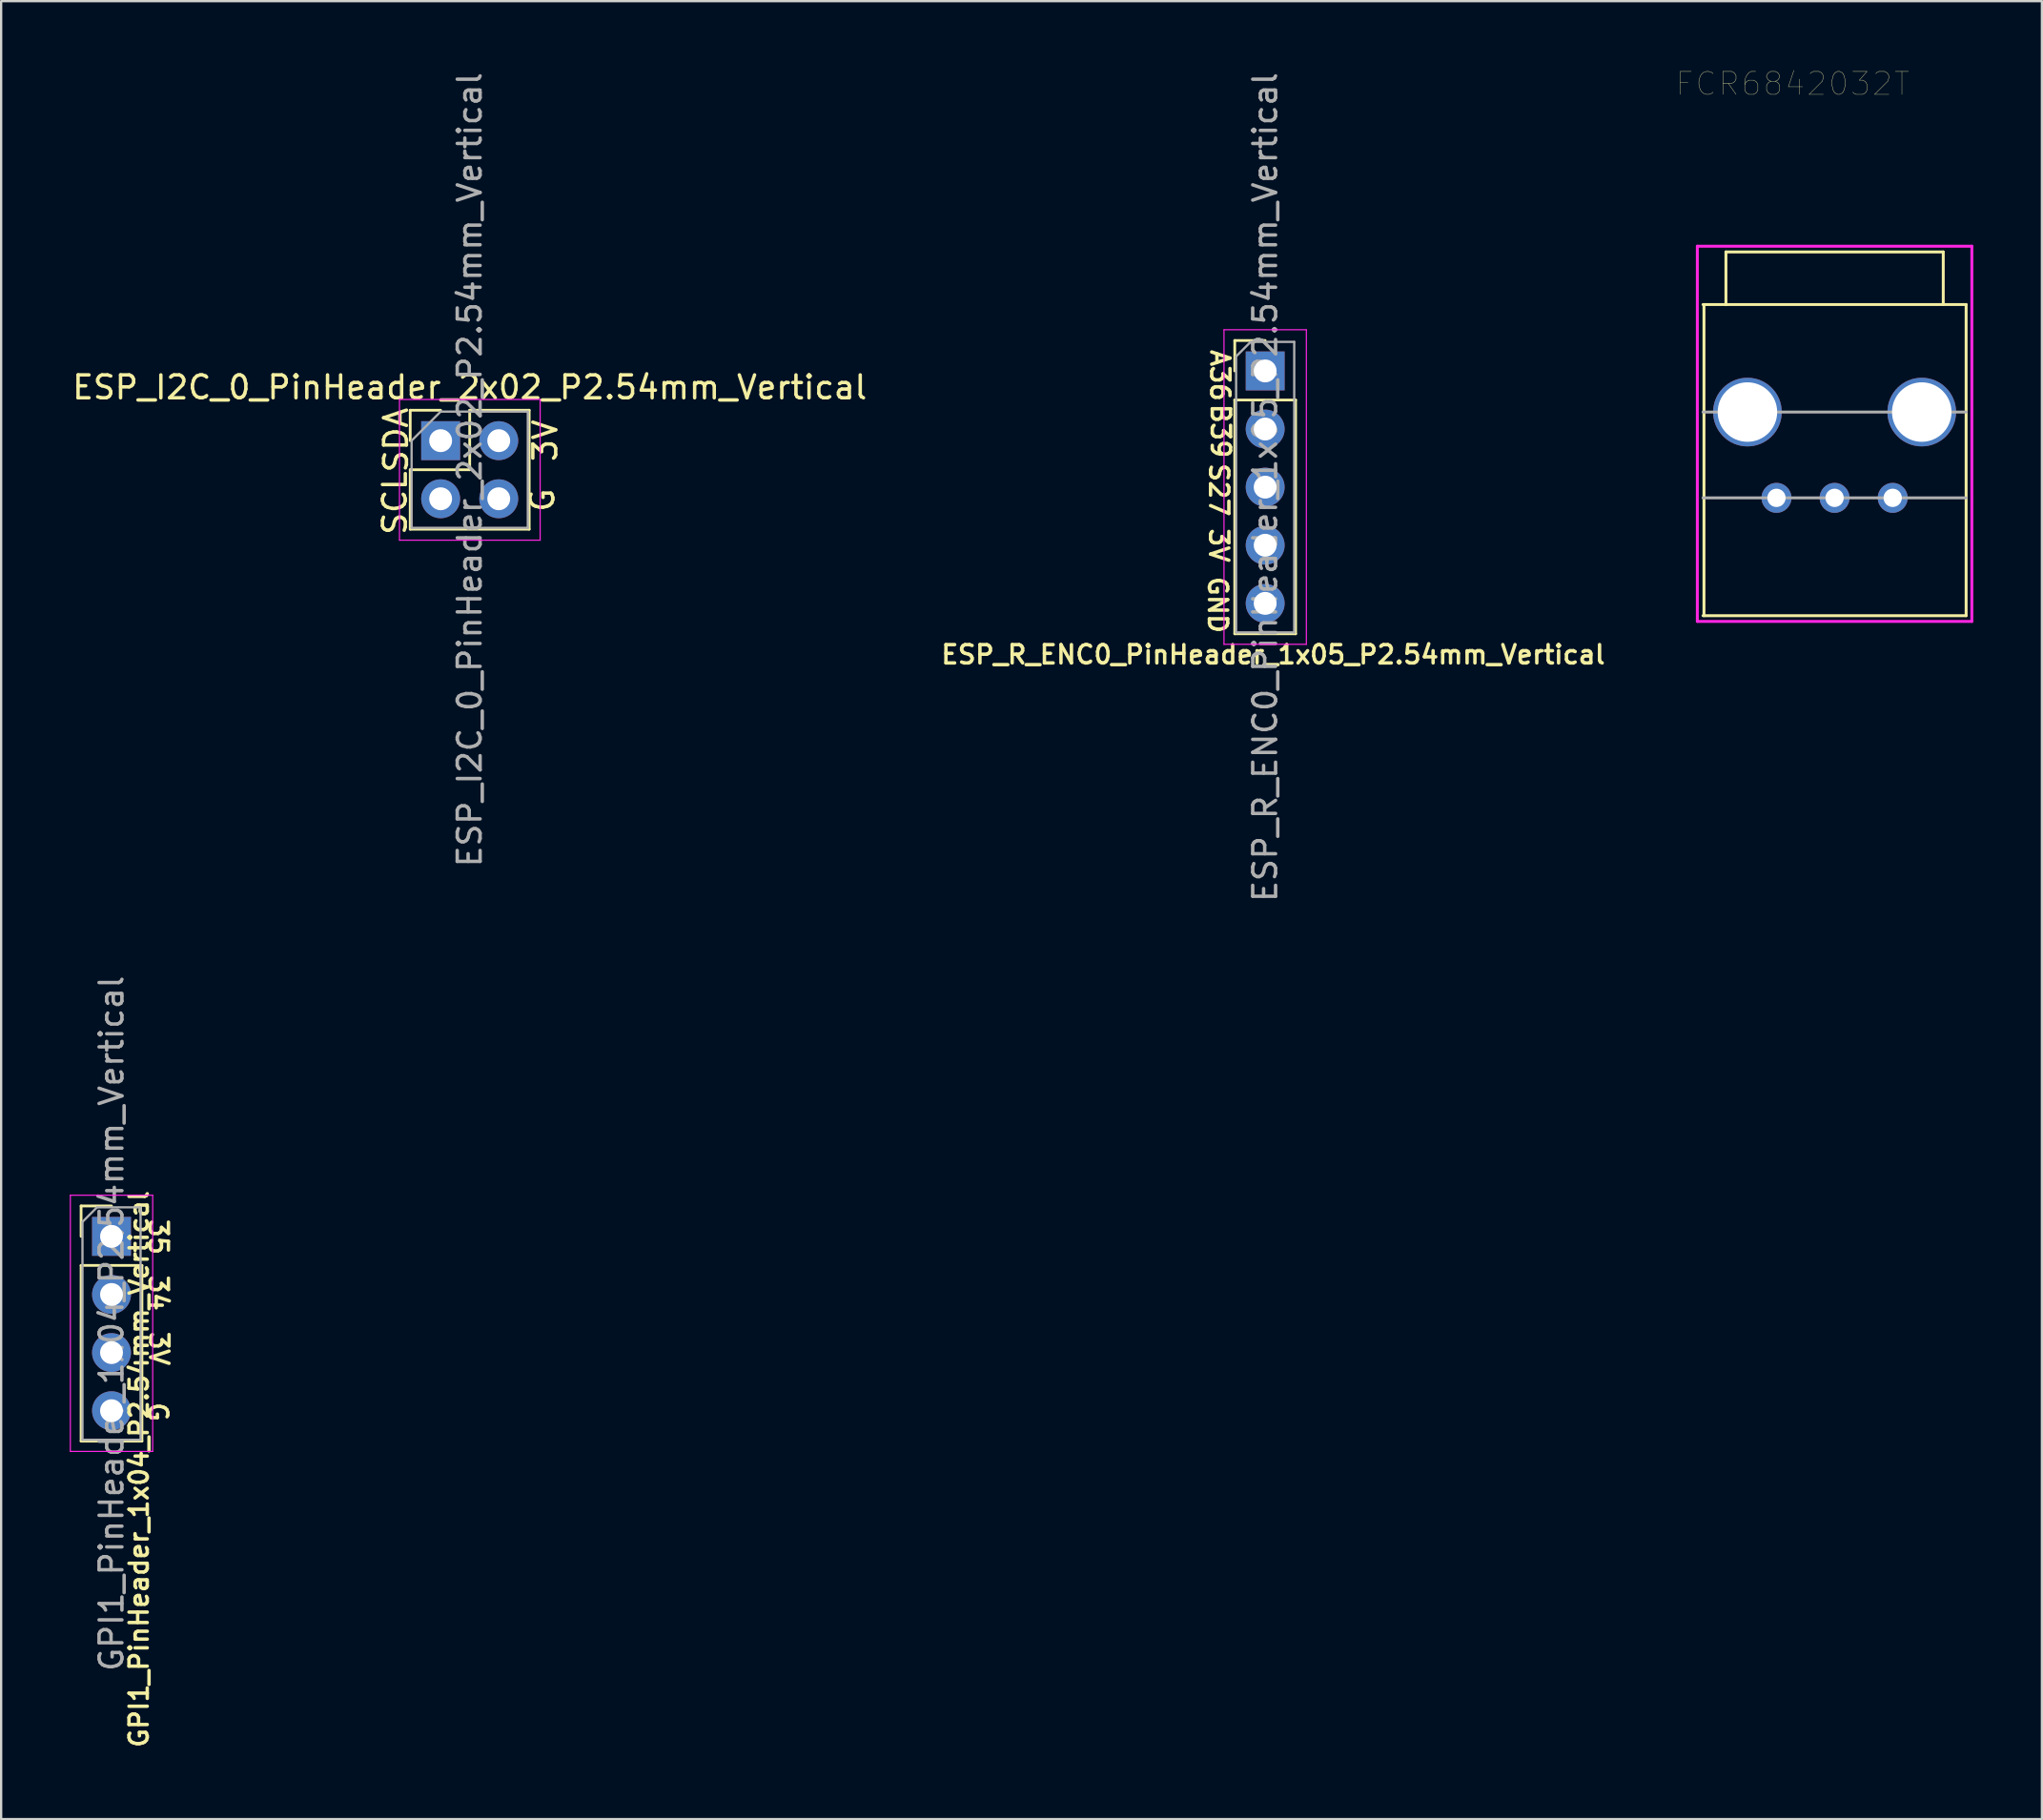
<source format=kicad_pcb>
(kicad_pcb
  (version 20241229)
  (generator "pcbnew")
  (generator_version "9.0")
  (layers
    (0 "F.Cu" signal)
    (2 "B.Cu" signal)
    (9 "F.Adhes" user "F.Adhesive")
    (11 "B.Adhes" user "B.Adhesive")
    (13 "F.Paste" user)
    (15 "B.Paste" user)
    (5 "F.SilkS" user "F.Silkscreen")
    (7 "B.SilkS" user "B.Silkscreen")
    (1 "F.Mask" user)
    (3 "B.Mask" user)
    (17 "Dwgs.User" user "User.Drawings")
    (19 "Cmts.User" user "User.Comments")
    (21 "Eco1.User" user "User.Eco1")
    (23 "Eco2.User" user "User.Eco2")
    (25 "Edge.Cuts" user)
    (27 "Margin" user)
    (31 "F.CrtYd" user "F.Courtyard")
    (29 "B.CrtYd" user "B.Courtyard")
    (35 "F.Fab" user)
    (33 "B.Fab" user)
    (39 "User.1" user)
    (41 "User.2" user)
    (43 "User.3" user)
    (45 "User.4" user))
  (footprint "GPI1_PinHeader_1x04_P2.54mm_Vertical"
    (layer "F.Cu")
    (at 1.825 50.994)
    (property "Reference" "GPI1_PinHeader_1x04_P2.54mm_Vertical" (at 1.2 10.175 90) (layer "F.SilkS") (effects (font (size 0.8 0.8) (thickness 0.15))))
    (attr through_hole)
    (fp_line (start -1.33 -1.33) (end 0 -1.33) (stroke (width 0.12) (type solid)) (layer "F.SilkS"))
    (fp_line (start -1.33 0) (end -1.33 -1.33) (stroke (width 0.12) (type solid)) (layer "F.SilkS"))
    (fp_line (start -1.33 1.27) (end -1.33 8.95) (stroke (width 0.12) (type solid)) (layer "F.SilkS"))
    (fp_line (start -1.33 1.27) (end 1.33 1.27) (stroke (width 0.12) (type solid)) (layer "F.SilkS"))
    (fp_line (start -1.33 8.95) (end 1.33 8.95) (stroke (width 0.12) (type solid)) (layer "F.SilkS"))
    (fp_line (start 1.33 1.27) (end 1.33 8.95) (stroke (width 0.12) (type solid)) (layer "F.SilkS"))
    (fp_line (start -1.8 -1.8) (end -1.8 9.4) (stroke (width 0.05) (type solid)) (layer "F.CrtYd"))
    (fp_line (start -1.8 9.4) (end 1.8 9.4) (stroke (width 0.05) (type solid)) (layer "F.CrtYd"))
    (fp_line (start 1.8 -1.8) (end -1.8 -1.8) (stroke (width 0.05) (type solid)) (layer "F.CrtYd"))
    (fp_line (start 1.8 9.4) (end 1.8 -1.8) (stroke (width 0.05) (type solid)) (layer "F.CrtYd"))
    (fp_line (start -1.27 -0.635) (end -0.635 -1.27) (stroke (width 0.1) (type solid)) (layer "F.Fab"))
    (fp_line (start -1.27 8.89) (end -1.27 -0.635) (stroke (width 0.1) (type solid)) (layer "F.Fab"))
    (fp_line (start -0.635 -1.27) (end 1.27 -1.27) (stroke (width 0.1) (type solid)) (layer "F.Fab"))
    (fp_line (start 1.27 -1.27) (end 1.27 8.89) (stroke (width 0.1) (type solid)) (layer "F.Fab"))
    (fp_line (start 1.27 8.89) (end -1.27 8.89) (stroke (width 0.1) (type solid)) (layer "F.Fab"))
    (fp_text user "35" (at 2.05 0.025 270) (unlocked yes) (layer "F.SilkS") (effects (font (size 0.8 0.8) (thickness 0.15))))
    (fp_text user "G" (at 2.025 7.675 270) (unlocked yes) (layer "F.SilkS") (effects (font (size 0.8 0.8) (thickness 0.15))))
    (fp_text user "34" (at 2.05 2.475 270) (unlocked yes) (layer "F.SilkS") (effects (font (size 0.8 0.8) (thickness 0.15))))
    (fp_text user "3V" (at 2.075 4.9 270) (unlocked yes) (layer "F.SilkS") (effects (font (size 0.8 0.8) (thickness 0.15))))
    (fp_text user "${REFERENCE}" (at 0 3.81 90) (layer "F.Fab") (effects (font (size 1 1) (thickness 0.15))))
    (pad "1" thru_hole rect (at 0 0) (size 1.7 1.7) (drill 1) (layers "*.Cu" "*.Mask"))
    (pad "2" thru_hole oval (at 0 2.54) (size 1.7 1.7) (drill 1) (layers "*.Cu" "*.Mask"))
    (pad "3" thru_hole oval (at 0 5.08) (size 1.7 1.7) (drill 1) (layers "*.Cu" "*.Mask"))
    (pad "4" thru_hole oval (at 0 7.62) (size 1.7 1.7) (drill 1) (layers "*.Cu" "*.Mask")))
  (footprint "FCR6842032T"
    (layer "F.Cu")
    (at 77.146 10.262)
    (property "Reference" "FCR6842032T" (at -1.828 -9.65 0) (layer "F.SilkS") (effects (font (size 1.002 1.002) (thickness 0.015))))
    (attr through_hole)
    (fp_line (start -5.71 0) (end -5.71 13.6) (stroke (width 0.127) (type solid)) (layer "F.SilkS"))
    (fp_line (start -4.75 0.005) (end -4.75 -2.3) (stroke (width 0.127) (type solid)) (layer "F.SilkS"))
    (fp_line (start 4.75 -2.3) (end -4.75 -2.3) (stroke (width 0.127) (type solid)) (layer "F.SilkS"))
    (fp_line (start 4.75 0) (end 4.75 -2.3) (stroke (width 0.127) (type solid)) (layer "F.SilkS"))
    (fp_line (start 5.75 0) (end -5.75 0) (stroke (width 0.127) (type solid)) (layer "F.SilkS"))
    (fp_line (start 5.75 0) (end 5.75 13.6) (stroke (width 0.127) (type solid)) (layer "F.SilkS"))
    (fp_line (start 5.75 13.6) (end -5.75 13.6) (stroke (width 0.127) (type solid)) (layer "F.SilkS"))
    (fp_line (start -6 -2.55) (end 6 -2.55) (stroke (width 0.127) (type solid)) (layer "F.CrtYd"))
    (fp_line (start -6 13.85) (end -6 -2.55) (stroke (width 0.127) (type solid)) (layer "F.CrtYd"))
    (fp_line (start 6 -2.55) (end 6 13.85) (stroke (width 0.127) (type solid)) (layer "F.CrtYd"))
    (fp_line (start 6 13.85) (end -6 13.85) (stroke (width 0.127) (type solid)) (layer "F.CrtYd"))
    (fp_line (start 5.75 4.7) (end -5.75 4.7) (stroke (width 0.127) (type solid)) (layer "F.Fab"))
    (fp_line (start 5.75 8.45) (end -5.75 8.45) (stroke (width 0.127) (type solid)) (layer "F.Fab"))
    (pad "1" thru_hole circle (at 2.54 8.45) (size 1.308 1.308) (drill 0.8) (layers "*.Cu" "*.Mask"))
    (pad "2" thru_hole circle (at 0 8.45) (size 1.308 1.308) (drill 0.8) (layers "*.Cu" "*.Mask"))
    (pad "3" thru_hole circle (at -2.54 8.45) (size 1.308 1.308) (drill 0.8) (layers "*.Cu" "*.Mask"))
    (pad "NC1" thru_hole circle (at 3.81 4.7) (size 3 3) (drill 2.6) (layers "*.Cu" "*.Mask"))
    (pad "NC2" thru_hole circle (at -3.81 4.7) (size 3 3) (drill 2.6) (layers "*.Cu" "*.Mask")))
  (footprint "ESP_I2C_0_PinHeader_2x02_P2.54mm_Vertical"
    (layer "F.Cu")
    (at 16.212 16.212)
    (property "Reference" "ESP_I2C_0_PinHeader_2x02_P2.54mm_Vertical" (at 1.27 -2.33 0) (layer "F.SilkS") (effects (font (size 1 1) (thickness 0.15))))
    (attr through_hole)
    (fp_line (start -1.33 -1.33) (end 0 -1.33) (stroke (width 0.12) (type solid)) (layer "F.SilkS"))
    (fp_line (start -1.33 0) (end -1.33 -1.33) (stroke (width 0.12) (type solid)) (layer "F.SilkS"))
    (fp_line (start -1.33 1.27) (end -1.33 3.87) (stroke (width 0.12) (type solid)) (layer "F.SilkS"))
    (fp_line (start -1.33 1.27) (end 1.27 1.27) (stroke (width 0.12) (type solid)) (layer "F.SilkS"))
    (fp_line (start -1.33 3.87) (end 3.87 3.87) (stroke (width 0.12) (type solid)) (layer "F.SilkS"))
    (fp_line (start 1.27 -1.33) (end 3.87 -1.33) (stroke (width 0.12) (type solid)) (layer "F.SilkS"))
    (fp_line (start 1.27 1.27) (end 1.27 -1.33) (stroke (width 0.12) (type solid)) (layer "F.SilkS"))
    (fp_line (start 3.87 -1.33) (end 3.87 3.87) (stroke (width 0.12) (type solid)) (layer "F.SilkS"))
    (fp_line (start -1.8 -1.8) (end -1.8 4.35) (stroke (width 0.05) (type solid)) (layer "F.CrtYd"))
    (fp_line (start -1.8 4.35) (end 4.35 4.35) (stroke (width 0.05) (type solid)) (layer "F.CrtYd"))
    (fp_line (start 4.35 -1.8) (end -1.8 -1.8) (stroke (width 0.05) (type solid)) (layer "F.CrtYd"))
    (fp_line (start 4.35 4.35) (end 4.35 -1.8) (stroke (width 0.05) (type solid)) (layer "F.CrtYd"))
    (fp_line (start -1.27 0) (end 0 -1.27) (stroke (width 0.1) (type solid)) (layer "F.Fab"))
    (fp_line (start -1.27 3.81) (end -1.27 0) (stroke (width 0.1) (type solid)) (layer "F.Fab"))
    (fp_line (start 0 -1.27) (end 3.81 -1.27) (stroke (width 0.1) (type solid)) (layer "F.Fab"))
    (fp_line (start 3.81 -1.27) (end 3.81 3.81) (stroke (width 0.1) (type solid)) (layer "F.Fab"))
    (fp_line (start 3.81 3.81) (end -1.27 3.81) (stroke (width 0.1) (type solid)) (layer "F.Fab"))
    (fp_text user "G" (at 4.45 2.6 90) (unlocked yes) (layer "F.SilkS") (effects (font (size 1 1) (thickness 0.15))))
    (fp_text user "SCL" (at -2 2.725 90) (unlocked yes) (layer "F.SilkS") (effects (font (size 1 1) (thickness 0.15))))
    (fp_text user "SDA" (at -1.95 -0.025 90) (unlocked yes) (layer "F.SilkS") (effects (font (size 1 1) (thickness 0.15))))
    (fp_text user "3V" (at 4.575 0 90) (unlocked yes) (layer "F.SilkS") (effects (font (size 1 1) (thickness 0.15))))
    (fp_text user "${REFERENCE}" (at 1.27 1.27 90) (layer "F.Fab") (effects (font (size 1 1) (thickness 0.15))))
    (pad "1" thru_hole rect (at 0 0) (size 1.7 1.7) (drill 1) (layers "*.Cu" "*.Mask"))
    (pad "2" thru_hole oval (at 2.54 0) (size 1.7 1.7) (drill 1) (layers "*.Cu" "*.Mask"))
    (pad "3" thru_hole oval (at 0 2.54) (size 1.7 1.7) (drill 1) (layers "*.Cu" "*.Mask"))
    (pad "4" thru_hole oval (at 2.54 2.54) (size 1.7 1.7) (drill 1) (layers "*.Cu" "*.Mask")))
  (footprint "ESP_R_ENC0_PinHeader_1x05_P2.54mm_Vertical"
    (layer "F.Cu")
    (at 52.255 13.164)
    (property "Reference" "ESP_R_ENC0_PinHeader_1x05_P2.54mm_Vertical" (at 0.35 12.4 0) (layer "F.SilkS") (effects (font (size 0.8 0.8) (thickness 0.15))))
    (attr through_hole exclude_from_bom)
    (fp_line (start -1.33 -1.33) (end 0 -1.33) (stroke (width 0.12) (type solid)) (layer "F.SilkS"))
    (fp_line (start -1.33 0) (end -1.33 -1.33) (stroke (width 0.12) (type solid)) (layer "F.SilkS"))
    (fp_line (start -1.33 1.27) (end -1.33 11.49) (stroke (width 0.12) (type solid)) (layer "F.SilkS"))
    (fp_line (start -1.33 1.27) (end 1.33 1.27) (stroke (width 0.12) (type solid)) (layer "F.SilkS"))
    (fp_line (start -1.33 11.49) (end 1.33 11.49) (stroke (width 0.12) (type solid)) (layer "F.SilkS"))
    (fp_line (start 1.33 1.27) (end 1.33 11.49) (stroke (width 0.12) (type solid)) (layer "F.SilkS"))
    (fp_line (start -1.8 -1.8) (end -1.8 11.95) (stroke (width 0.05) (type solid)) (layer "F.CrtYd"))
    (fp_line (start -1.8 11.95) (end 1.8 11.95) (stroke (width 0.05) (type solid)) (layer "F.CrtYd"))
    (fp_line (start 1.8 -1.8) (end -1.8 -1.8) (stroke (width 0.05) (type solid)) (layer "F.CrtYd"))
    (fp_line (start 1.8 11.95) (end 1.8 -1.8) (stroke (width 0.05) (type solid)) (layer "F.CrtYd"))
    (fp_line (start -1.27 -0.635) (end -0.635 -1.27) (stroke (width 0.1) (type solid)) (layer "F.Fab"))
    (fp_line (start -1.27 11.43) (end -1.27 -0.635) (stroke (width 0.1) (type solid)) (layer "F.Fab"))
    (fp_line (start -0.635 -1.27) (end 1.27 -1.27) (stroke (width 0.1) (type solid)) (layer "F.Fab"))
    (fp_line (start 1.27 -1.27) (end 1.27 11.43) (stroke (width 0.1) (type solid)) (layer "F.Fab"))
    (fp_line (start 1.27 11.43) (end -1.27 11.43) (stroke (width 0.1) (type solid)) (layer "F.Fab"))
    (fp_text user "S27" (at -2.025 5.2 270) (unlocked yes) (layer "F.SilkS") (effects (font (size 0.8 0.8) (thickness 0.15))))
    (fp_text user "B39" (at -1.95 2.625 270) (unlocked yes) (layer "F.SilkS") (effects (font (size 0.8 0.8) (thickness 0.15))))
    (fp_text user "3V" (at -2.025 7.625 270) (unlocked yes) (layer "F.SilkS") (effects (font (size 0.8 0.8) (thickness 0.15))))
    (fp_text user "A36" (at -1.975 0.2 270) (unlocked yes) (layer "F.SilkS") (effects (font (size 0.8 0.8) (thickness 0.15))))
    (fp_text user "GND" (at -2.075 10.225 270) (unlocked yes) (layer "F.SilkS") (effects (font (size 0.8 0.8) (thickness 0.15))))
    (fp_text user "${REFERENCE}" (at 0 5.08 90) (layer "F.Fab") (effects (font (size 1 1) (thickness 0.15))))
    (pad "1" thru_hole rect (at 0 0) (size 1.7 1.7) (drill 1) (layers "*.Cu" "*.Mask"))
    (pad "2" thru_hole oval (at 0 2.54) (size 1.7 1.7) (drill 1) (layers "*.Cu" "*.Mask"))
    (pad "3" thru_hole oval (at 0 5.08) (size 1.7 1.7) (drill 1) (layers "*.Cu" "*.Mask"))
    (pad "4" thru_hole oval (at 0 7.62) (size 1.7 1.7) (drill 1) (layers "*.Cu" "*.Mask"))
    (pad "5" thru_hole oval (at 0 10.16) (size 1.7 1.7) (drill 1) (layers "*.Cu" "*.Mask")))
  (gr_rect
    (start -3 -3)
    (end 86.209 76.466)
    (stroke (width 0.1) (type default))
    (fill no)
    (layer "Edge.Cuts")))
</source>
